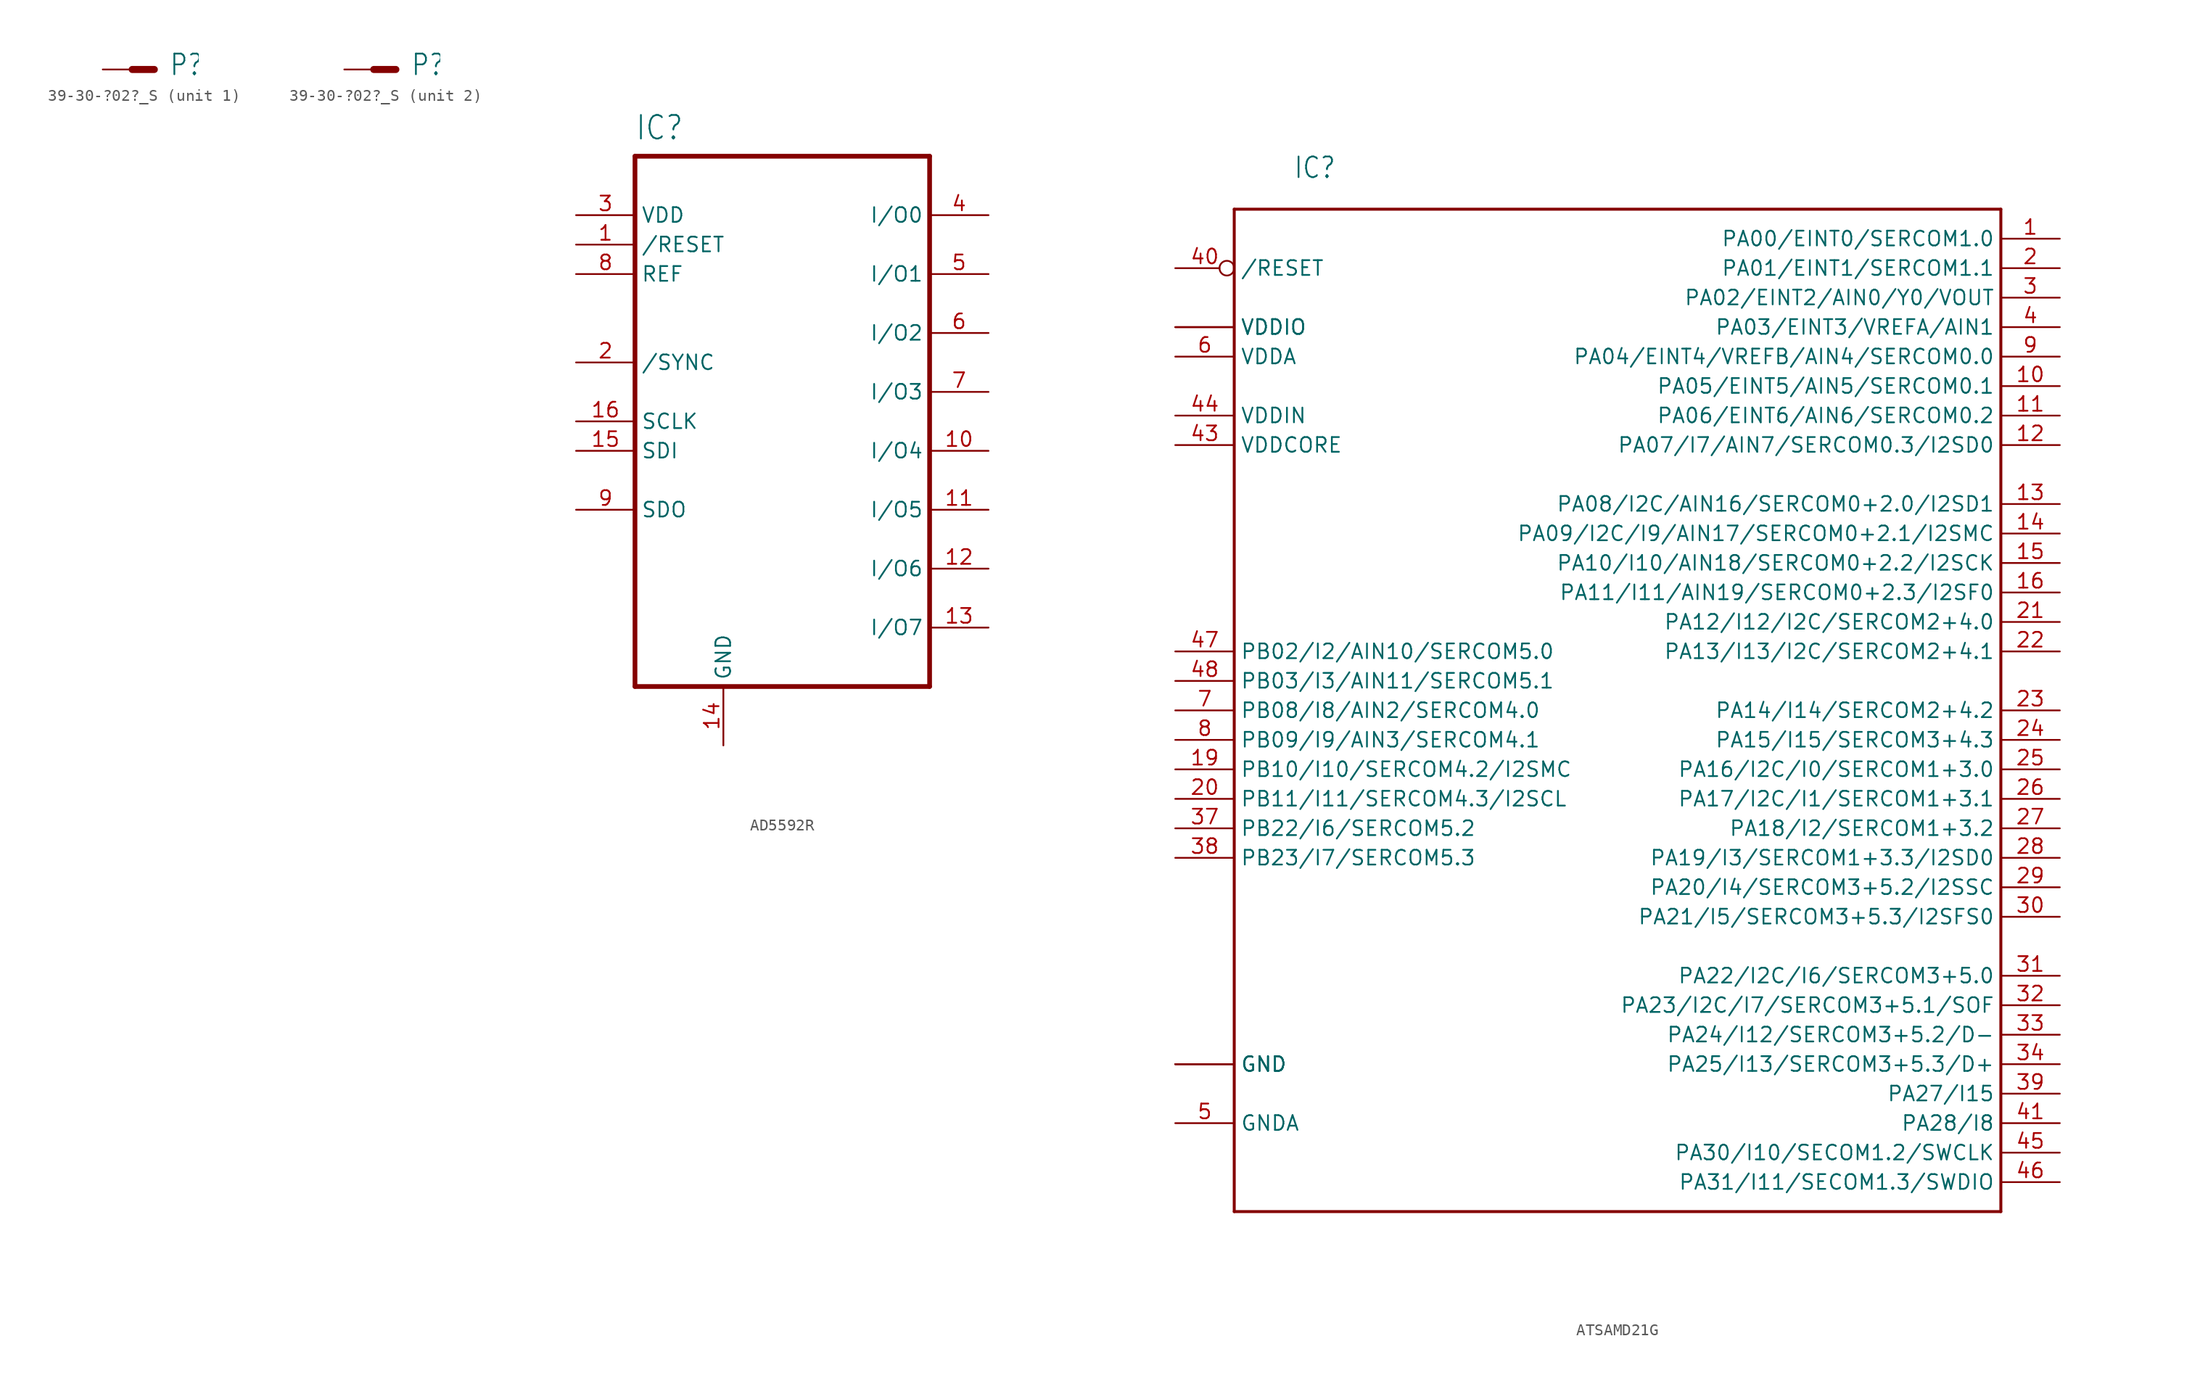
<source format=kicad_sym>
(kicad_symbol_lib
  (version 20231120)
  (generator "kicad_symbol_editor")
  (generator_version "8.0")
  (symbol "39-30-?02?_S"
    (property "Reference" "P"
      (at 3.175 -0.635 0)
      (effects (font (size 1.778 1.511)) (justify left bottom)))
    (property "ki_locked" ""
      (at 0 0 0)
      (effects (font (size 1.27 1.27))))
    (symbol "39-30-?02?_S_1_0"
      (polyline (pts (xy 0 0) (xy 1.905 0)) (stroke (width 0.61) (type solid)) (fill (type none)))
      (pin passive line (at -2.54 0 0) (length 2.54) (name "P" (effects (font (size 0 0)))) (number "1" (effects (font (size 0 0))))))
    (symbol "39-30-?02?_S_2_0"
      (polyline (pts (xy 0 0) (xy 1.905 0)) (stroke (width 0.61) (type solid)) (fill (type none)))
      (pin passive line (at -2.54 0 0) (length 2.54) (name "P" (effects (font (size 0 0)))) (number "2" (effects (font (size 0 0)))))))
  (symbol "AD5592R"
    (property "Reference" "IC"
      (at -12.7 24.13 0)
      (effects (font (size 2.032 1.727)) (justify left bottom)))
    (property "Value" ""
      (at 1.27 -26.67 0)
      (effects (font (size 2.032 1.727)) (justify left bottom)))
    (property "ki_locked" ""
      (at 0 0 0)
      (effects (font (size 1.27 1.27))))
    (symbol "AD5592R_1_0"
      (polyline (pts (xy -12.7 -22.86) (xy 12.7 -22.86)) (stroke (width 0.406) (type solid)) (fill (type none)))
      (polyline (pts (xy -12.7 22.86) (xy -12.7 -22.86)) (stroke (width 0.406) (type solid)) (fill (type none)))
      (polyline (pts (xy 12.7 -22.86) (xy 12.7 22.86)) (stroke (width 0.406) (type solid)) (fill (type none)))
      (polyline (pts (xy 12.7 22.86) (xy -12.7 22.86)) (stroke (width 0.406) (type solid)) (fill (type none)))
      (pin bidirectional line (at -17.78 15.24 0) (length 5.08) (name "/RESET" (effects (font (size 1.27 1.27)))) (number "1" (effects (font (size 1.27 1.27)))))
      (pin bidirectional line (at 17.78 -2.54 180) (length 5.08) (name "I/O4" (effects (font (size 1.27 1.27)))) (number "10" (effects (font (size 1.27 1.27)))))
      (pin bidirectional line (at 17.78 -7.62 180) (length 5.08) (name "I/O5" (effects (font (size 1.27 1.27)))) (number "11" (effects (font (size 1.27 1.27)))))
      (pin bidirectional line (at 17.78 -12.7 180) (length 5.08) (name "I/O6" (effects (font (size 1.27 1.27)))) (number "12" (effects (font (size 1.27 1.27)))))
      (pin bidirectional line (at 17.78 -17.78 180) (length 5.08) (name "I/O7" (effects (font (size 1.27 1.27)))) (number "13" (effects (font (size 1.27 1.27)))))
      (pin passive line (at -5.08 -27.94 90) (length 5.08) (name "GND" (effects (font (size 1.27 1.27)))) (number "14" (effects (font (size 1.27 1.27)))))
      (pin input line (at -17.78 -2.54 0) (length 5.08) (name "SDI" (effects (font (size 1.27 1.27)))) (number "15" (effects (font (size 1.27 1.27)))))
      (pin bidirectional line (at -17.78 0 0) (length 5.08) (name "SCLK" (effects (font (size 1.27 1.27)))) (number "16" (effects (font (size 1.27 1.27)))))
      (pin input line (at -17.78 5.08 0) (length 5.08) (name "/SYNC" (effects (font (size 1.27 1.27)))) (number "2" (effects (font (size 1.27 1.27)))))
      (pin power_in line (at -17.78 17.78 0) (length 5.08) (name "VDD" (effects (font (size 1.27 1.27)))) (number "3" (effects (font (size 1.27 1.27)))))
      (pin bidirectional line (at 17.78 17.78 180) (length 5.08) (name "I/O0" (effects (font (size 1.27 1.27)))) (number "4" (effects (font (size 1.27 1.27)))))
      (pin bidirectional line (at 17.78 12.7 180) (length 5.08) (name "I/O1" (effects (font (size 1.27 1.27)))) (number "5" (effects (font (size 1.27 1.27)))))
      (pin bidirectional line (at 17.78 7.62 180) (length 5.08) (name "I/O2" (effects (font (size 1.27 1.27)))) (number "6" (effects (font (size 1.27 1.27)))))
      (pin bidirectional line (at 17.78 2.54 180) (length 5.08) (name "I/O3" (effects (font (size 1.27 1.27)))) (number "7" (effects (font (size 1.27 1.27)))))
      (pin bidirectional line (at -17.78 12.7 0) (length 5.08) (name "REF" (effects (font (size 1.27 1.27)))) (number "8" (effects (font (size 1.27 1.27)))))
      (pin output line (at -17.78 -7.62 0) (length 5.08) (name "SDO" (effects (font (size 1.27 1.27)))) (number "9" (effects (font (size 1.27 1.27)))))))
  (symbol "ATSAMD21G"
    (property "Reference" "IC"
      (at -27.94 43.18 0)
      (effects (font (size 1.778 1.511)) (justify left bottom)))
    (property "Value" ""
      (at 17.78 43.18 0)
      (effects (font (size 1.778 1.511)) (justify left bottom)))
    (property "ki_locked" ""
      (at 0 0 0)
      (effects (font (size 1.27 1.27))))
    (symbol "ATSAMD21G_1_0"
      (polyline (pts (xy -33.02 -45.72) (xy -33.02 40.64)) (stroke (width 0.254) (type solid)) (fill (type none)))
      (polyline (pts (xy -33.02 40.64) (xy 33.02 40.64)) (stroke (width 0.254) (type solid)) (fill (type none)))
      (polyline (pts (xy 33.02 -45.72) (xy -33.02 -45.72)) (stroke (width 0.254) (type solid)) (fill (type none)))
      (polyline (pts (xy 33.02 40.64) (xy 33.02 -45.72)) (stroke (width 0.254) (type solid)) (fill (type none)))
      (pin bidirectional line (at 38.1 38.1 180) (length 5.08) (name "PA00/EINT0/SERCOM1.0" (effects (font (size 1.27 1.27)))) (number "1" (effects (font (size 1.27 1.27)))))
      (pin bidirectional line (at 38.1 25.4 180) (length 5.08) (name "PA05/EINT5/AIN5/SERCOM0.1" (effects (font (size 1.27 1.27)))) (number "10" (effects (font (size 1.27 1.27)))))
      (pin bidirectional line (at 38.1 22.86 180) (length 5.08) (name "PA06/EINT6/AIN6/SERCOM0.2" (effects (font (size 1.27 1.27)))) (number "11" (effects (font (size 1.27 1.27)))))
      (pin bidirectional line (at 38.1 20.32 180) (length 5.08) (name "PA07/I7/AIN7/SERCOM0.3/I2SD0" (effects (font (size 1.27 1.27)))) (number "12" (effects (font (size 1.27 1.27)))))
      (pin bidirectional line (at 38.1 15.24 180) (length 5.08) (name "PA08/I2C/AIN16/SERCOM0+2.0/I2SD1" (effects (font (size 1.27 1.27)))) (number "13" (effects (font (size 1.27 1.27)))))
      (pin bidirectional line (at 38.1 12.7 180) (length 5.08) (name "PA09/I2C/I9/AIN17/SERCOM0+2.1/I2SMC" (effects (font (size 1.27 1.27)))) (number "14" (effects (font (size 1.27 1.27)))))
      (pin bidirectional line (at 38.1 10.16 180) (length 5.08) (name "PA10/I10/AIN18/SERCOM0+2.2/I2SCK" (effects (font (size 1.27 1.27)))) (number "15" (effects (font (size 1.27 1.27)))))
      (pin bidirectional line (at 38.1 7.62 180) (length 5.08) (name "PA11/I11/AIN19/SERCOM0+2.3/I2SF0" (effects (font (size 1.27 1.27)))) (number "16" (effects (font (size 1.27 1.27)))))
      (pin power_in line (at -38.1 30.48 0) (length 5.08) (name "VDDIO" (effects (font (size 1.27 1.27)))) (number "17" (effects (font (size 0 0)))))
      (pin power_in line (at -38.1 -33.02 0) (length 5.08) (name "GND" (effects (font (size 1.27 1.27)))) (number "18" (effects (font (size 0 0)))))
      (pin bidirectional line (at -38.1 -7.62 0) (length 5.08) (name "PB10/I10/SERCOM4.2/I2SMC" (effects (font (size 1.27 1.27)))) (number "19" (effects (font (size 1.27 1.27)))))
      (pin bidirectional line (at 38.1 35.56 180) (length 5.08) (name "PA01/EINT1/SERCOM1.1" (effects (font (size 1.27 1.27)))) (number "2" (effects (font (size 1.27 1.27)))))
      (pin bidirectional line (at -38.1 -10.16 0) (length 5.08) (name "PB11/I11/SERCOM4.3/I2SCL" (effects (font (size 1.27 1.27)))) (number "20" (effects (font (size 1.27 1.27)))))
      (pin bidirectional line (at 38.1 5.08 180) (length 5.08) (name "PA12/I12/I2C/SERCOM2+4.0" (effects (font (size 1.27 1.27)))) (number "21" (effects (font (size 1.27 1.27)))))
      (pin bidirectional line (at 38.1 2.54 180) (length 5.08) (name "PA13/I13/I2C/SERCOM2+4.1" (effects (font (size 1.27 1.27)))) (number "22" (effects (font (size 1.27 1.27)))))
      (pin bidirectional line (at 38.1 -2.54 180) (length 5.08) (name "PA14/I14/SERCOM2+4.2" (effects (font (size 1.27 1.27)))) (number "23" (effects (font (size 1.27 1.27)))))
      (pin bidirectional line (at 38.1 -5.08 180) (length 5.08) (name "PA15/I15/SERCOM3+4.3" (effects (font (size 1.27 1.27)))) (number "24" (effects (font (size 1.27 1.27)))))
      (pin bidirectional line (at 38.1 -7.62 180) (length 5.08) (name "PA16/I2C/I0/SERCOM1+3.0" (effects (font (size 1.27 1.27)))) (number "25" (effects (font (size 1.27 1.27)))))
      (pin bidirectional line (at 38.1 -10.16 180) (length 5.08) (name "PA17/I2C/I1/SERCOM1+3.1" (effects (font (size 1.27 1.27)))) (number "26" (effects (font (size 1.27 1.27)))))
      (pin bidirectional line (at 38.1 -12.7 180) (length 5.08) (name "PA18/I2/SERCOM1+3.2" (effects (font (size 1.27 1.27)))) (number "27" (effects (font (size 1.27 1.27)))))
      (pin bidirectional line (at 38.1 -15.24 180) (length 5.08) (name "PA19/I3/SERCOM1+3.3/I2SD0" (effects (font (size 1.27 1.27)))) (number "28" (effects (font (size 1.27 1.27)))))
      (pin bidirectional line (at 38.1 -17.78 180) (length 5.08) (name "PA20/I4/SERCOM3+5.2/I2SSC" (effects (font (size 1.27 1.27)))) (number "29" (effects (font (size 1.27 1.27)))))
      (pin bidirectional line (at 38.1 33.02 180) (length 5.08) (name "PA02/EINT2/AIN0/Y0/VOUT" (effects (font (size 1.27 1.27)))) (number "3" (effects (font (size 1.27 1.27)))))
      (pin bidirectional line (at 38.1 -20.32 180) (length 5.08) (name "PA21/I5/SERCOM3+5.3/I2SFS0" (effects (font (size 1.27 1.27)))) (number "30" (effects (font (size 1.27 1.27)))))
      (pin bidirectional line (at 38.1 -25.4 180) (length 5.08) (name "PA22/I2C/I6/SERCOM3+5.0" (effects (font (size 1.27 1.27)))) (number "31" (effects (font (size 1.27 1.27)))))
      (pin bidirectional line (at 38.1 -27.94 180) (length 5.08) (name "PA23/I2C/I7/SERCOM3+5.1/SOF" (effects (font (size 1.27 1.27)))) (number "32" (effects (font (size 1.27 1.27)))))
      (pin bidirectional line (at 38.1 -30.48 180) (length 5.08) (name "PA24/I12/SERCOM3+5.2/D-" (effects (font (size 1.27 1.27)))) (number "33" (effects (font (size 1.27 1.27)))))
      (pin bidirectional line (at 38.1 -33.02 180) (length 5.08) (name "PA25/I13/SERCOM3+5.3/D+" (effects (font (size 1.27 1.27)))) (number "34" (effects (font (size 1.27 1.27)))))
      (pin power_in line (at -38.1 -33.02 0) (length 5.08) (name "GND" (effects (font (size 1.27 1.27)))) (number "35" (effects (font (size 0 0)))))
      (pin power_in line (at -38.1 30.48 0) (length 5.08) (name "VDDIO" (effects (font (size 1.27 1.27)))) (number "36" (effects (font (size 0 0)))))
      (pin bidirectional line (at -38.1 -12.7 0) (length 5.08) (name "PB22/I6/SERCOM5.2" (effects (font (size 1.27 1.27)))) (number "37" (effects (font (size 1.27 1.27)))))
      (pin bidirectional line (at -38.1 -15.24 0) (length 5.08) (name "PB23/I7/SERCOM5.3" (effects (font (size 1.27 1.27)))) (number "38" (effects (font (size 1.27 1.27)))))
      (pin bidirectional line (at 38.1 -35.56 180) (length 5.08) (name "PA27/I15" (effects (font (size 1.27 1.27)))) (number "39" (effects (font (size 1.27 1.27)))))
      (pin bidirectional line (at 38.1 30.48 180) (length 5.08) (name "PA03/EINT3/VREFA/AIN1" (effects (font (size 1.27 1.27)))) (number "4" (effects (font (size 1.27 1.27)))))
      (pin bidirectional inverted (at -38.1 35.56 0) (length 5.08) (name "/RESET" (effects (font (size 1.27 1.27)))) (number "40" (effects (font (size 1.27 1.27)))))
      (pin bidirectional line (at 38.1 -38.1 180) (length 5.08) (name "PA28/I8" (effects (font (size 1.27 1.27)))) (number "41" (effects (font (size 1.27 1.27)))))
      (pin power_in line (at -38.1 -33.02 0) (length 5.08) (name "GND" (effects (font (size 1.27 1.27)))) (number "42" (effects (font (size 0 0)))))
      (pin power_in line (at -38.1 20.32 0) (length 5.08) (name "VDDCORE" (effects (font (size 1.27 1.27)))) (number "43" (effects (font (size 1.27 1.27)))))
      (pin power_in line (at -38.1 22.86 0) (length 5.08) (name "VDDIN" (effects (font (size 1.27 1.27)))) (number "44" (effects (font (size 1.27 1.27)))))
      (pin bidirectional line (at 38.1 -40.64 180) (length 5.08) (name "PA30/I10/SECOM1.2/SWCLK" (effects (font (size 1.27 1.27)))) (number "45" (effects (font (size 1.27 1.27)))))
      (pin bidirectional line (at 38.1 -43.18 180) (length 5.08) (name "PA31/I11/SECOM1.3/SWDIO" (effects (font (size 1.27 1.27)))) (number "46" (effects (font (size 1.27 1.27)))))
      (pin bidirectional line (at -38.1 2.54 0) (length 5.08) (name "PB02/I2/AIN10/SERCOM5.0" (effects (font (size 1.27 1.27)))) (number "47" (effects (font (size 1.27 1.27)))))
      (pin bidirectional line (at -38.1 0 0) (length 5.08) (name "PB03/I3/AIN11/SERCOM5.1" (effects (font (size 1.27 1.27)))) (number "48" (effects (font (size 1.27 1.27)))))
      (pin power_in line (at -38.1 -38.1 0) (length 5.08) (name "GNDA" (effects (font (size 1.27 1.27)))) (number "5" (effects (font (size 1.27 1.27)))))
      (pin power_in line (at -38.1 27.94 0) (length 5.08) (name "VDDA" (effects (font (size 1.27 1.27)))) (number "6" (effects (font (size 1.27 1.27)))))
      (pin bidirectional line (at -38.1 -2.54 0) (length 5.08) (name "PB08/I8/AIN2/SERCOM4.0" (effects (font (size 1.27 1.27)))) (number "7" (effects (font (size 1.27 1.27)))))
      (pin bidirectional line (at -38.1 -5.08 0) (length 5.08) (name "PB09/I9/AIN3/SERCOM4.1" (effects (font (size 1.27 1.27)))) (number "8" (effects (font (size 1.27 1.27)))))
      (pin bidirectional line (at 38.1 27.94 180) (length 5.08) (name "PA04/EINT4/VREFB/AIN4/SERCOM0.0" (effects (font (size 1.27 1.27)))) (number "9" (effects (font (size 1.27 1.27))))))))
</source>
